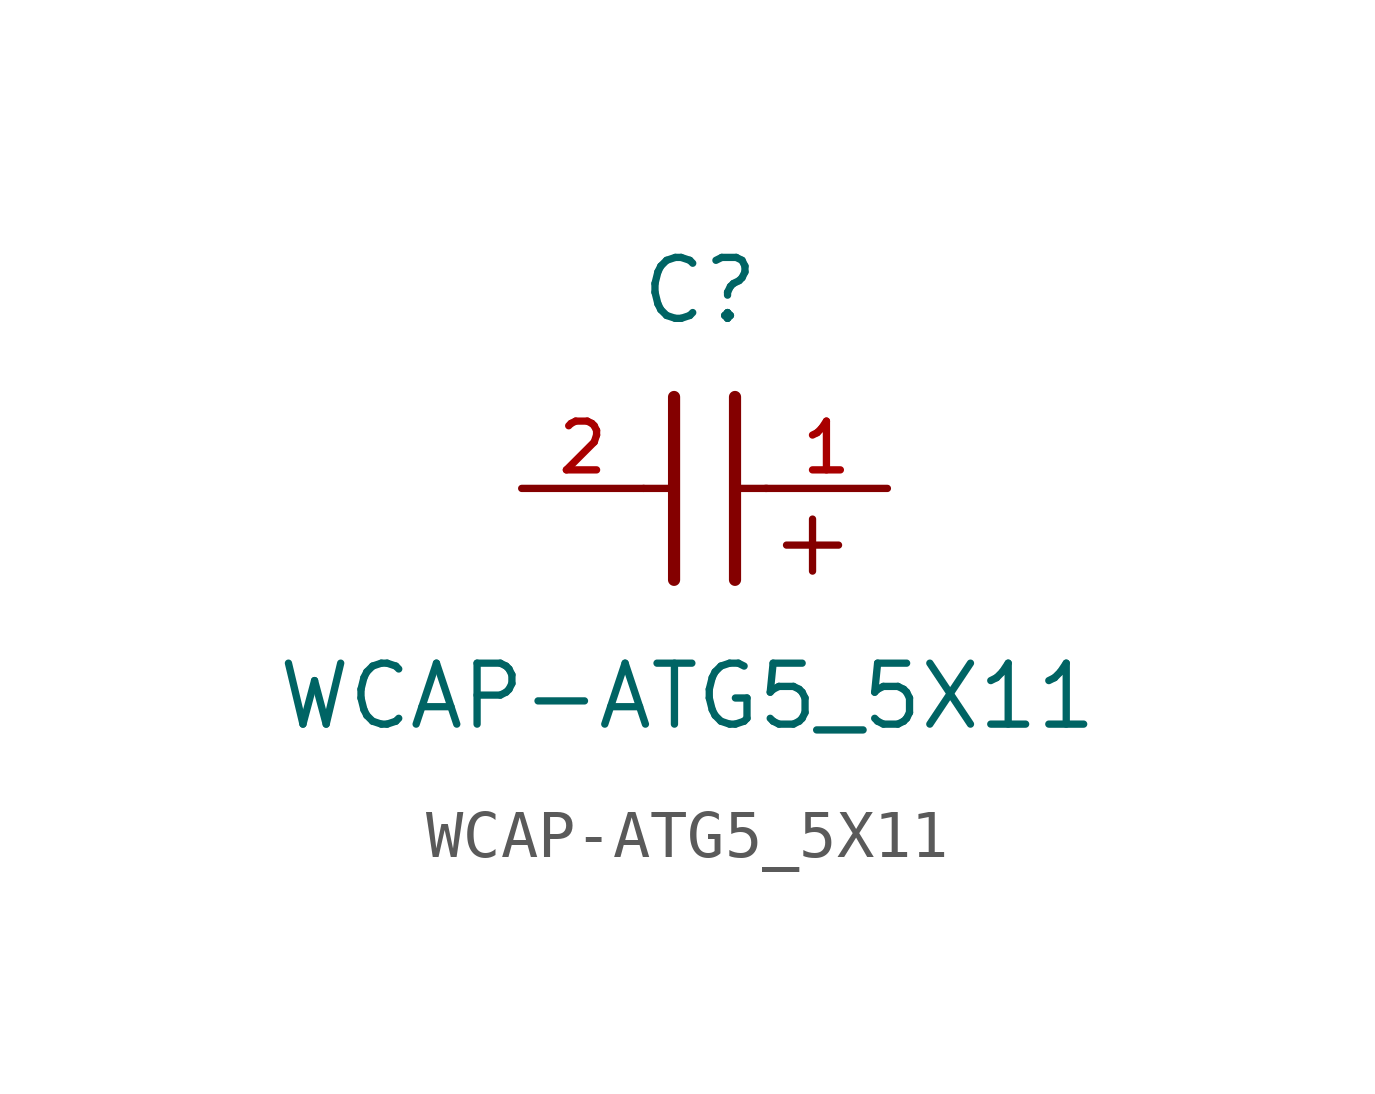
<source format=kicad_sym>
(kicad_symbol_lib
  (version 20241209)
  (generator "kicad_symbol_editor")
  (generator_version "9.0")
  (symbol "WCAP-ATG5_5X11"
    (pin_names
      (offset 1.016))
    (property "Reference" "C"
      (at 1.175 3.38 0)
      (effects (font (size 1.27 1.27)) (justify bottom)))
    (property "Value" "WCAP-ATG5_5X11"
      (at 0.915 -5.075 0)
      (effects (font (size 1.27 1.27)) (justify bottom)))
    (symbol "WCAP-ATG5_5X11_0_0"
      (polyline (pts (xy 0 0) (xy 0.643 0)) (stroke (width 0.152) (type default)) (fill (type none)))
      (polyline (pts (xy 0.635 -1.905) (xy 0.635 1.905)) (stroke (width 0.254) (type default)) (fill (type none)))
      (polyline (pts (xy 1.905 1.905) (xy 1.905 -1.905)) (stroke (width 0.254) (type default)) (fill (type none)))
      (polyline (pts (xy 1.928 0) (xy 2.571 0)) (stroke (width 0.152) (type default)) (fill (type none)))
      (text "+" (at 2.54 -1.905 0) (effects (font (size 1.422 1.422)) (justify left bottom)))
      (pin passive line (at -2.54 0 0) (length 2.54) (name "~" (effects (font (size 1.016 1.016)))) (number "2" (effects (font (size 1.016 1.016)))))
      (pin passive line (at 5.08 0 180) (length 2.54) (name "~" (effects (font (size 1.016 1.016)))) (number "1" (effects (font (size 1.016 1.016))))))))
</source>
